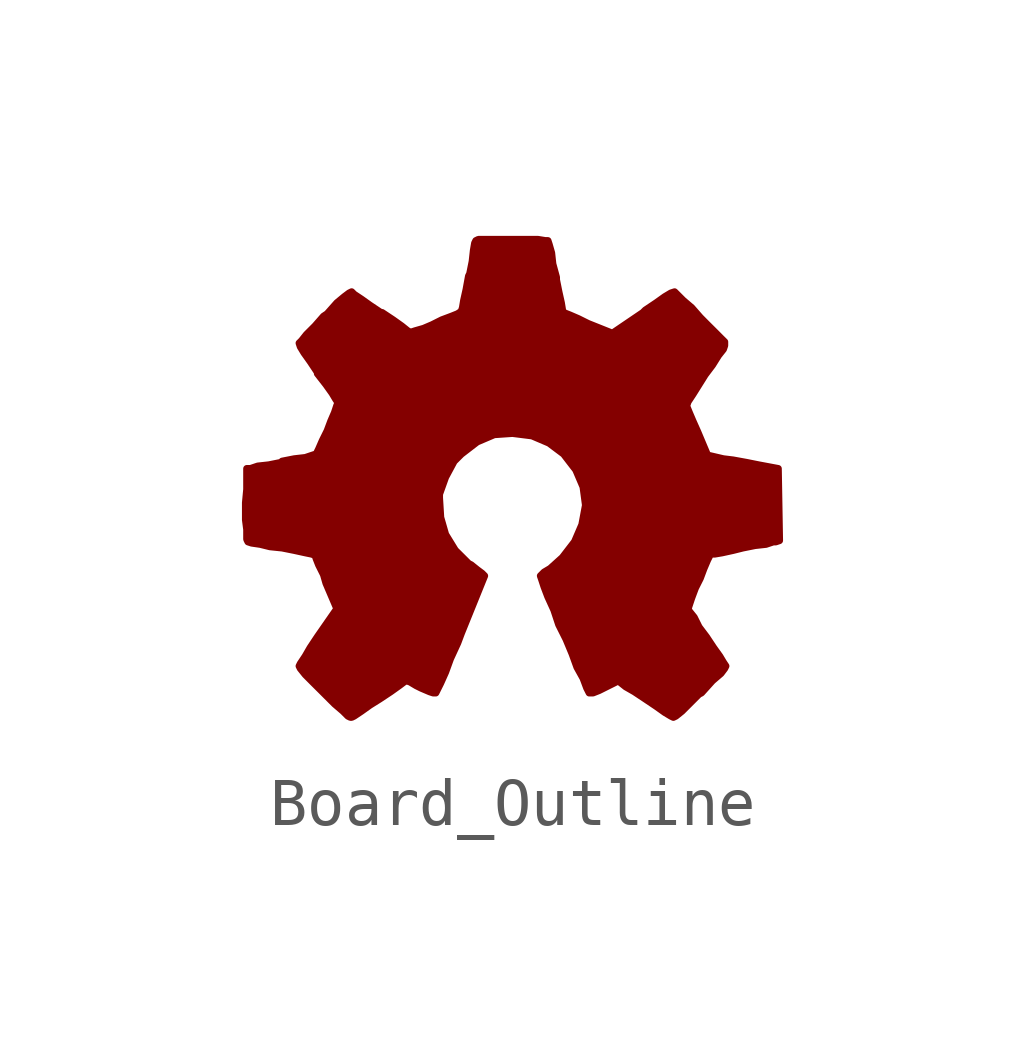
<source format=kicad_sym>
(kicad_symbol_lib
  (version 20231120)
  (generator "kicad_symbol_editor")
  (generator_version "8.0")
  (symbol "Board_Outline"
    (pin_numbers hide)
    (pin_names hide)
    (property "Reference" "OUTLINE"
      (at 0 6.985 0)
      (effects (font (size 1.27 1.27)) (hide yes)))
    (symbol "Board_Outline_0_1"
      (polyline (pts (xy 3.353 -4.343) (xy 3.302 -4.318) (xy 3.175 -4.242) (xy 2.997 -4.115) (xy 2.769 -3.962) (xy 2.54 -3.81) (xy 2.362 -3.708) (xy 2.235 -3.607) (xy 2.184 -3.581) (xy 2.159 -3.607) (xy 2.057 -3.658) (xy 1.905 -3.734) (xy 1.803 -3.785) (xy 1.676 -3.835) (xy 1.6 -3.835) (xy 1.6 -3.835) (xy 1.549 -3.734) (xy 1.473 -3.531) (xy 1.346 -3.302) (xy 1.245 -3.023) (xy 1.118 -2.718) (xy 0.965 -2.413) (xy 0.864 -2.108) (xy 0.737 -1.829) (xy 0.66 -1.626) (xy 0.61 -1.473) (xy 0.584 -1.397) (xy 0.584 -1.397) (xy 0.66 -1.321) (xy 0.787 -1.245) (xy 1.041 -1.016) (xy 1.295 -0.686) (xy 1.448 -0.33) (xy 1.524 0.076) (xy 1.473 0.457) (xy 1.321 0.813) (xy 1.067 1.143) (xy 0.762 1.372) (xy 0.406 1.524) (xy 0 1.575) (xy -0.381 1.549) (xy -0.737 1.397) (xy -1.067 1.143) (xy -1.219 0.991) (xy -1.397 0.66) (xy -1.524 0.305) (xy -1.524 0.229) (xy -1.499 -0.178) (xy -1.397 -0.533) (xy -1.194 -0.864) (xy -0.914 -1.143) (xy -0.864 -1.168) (xy -0.737 -1.27) (xy -0.635 -1.346) (xy -0.584 -1.397) (xy -1.067 -2.591) (xy -1.143 -2.794) (xy -1.295 -3.124) (xy -1.397 -3.404) (xy -1.499 -3.632) (xy -1.575 -3.785) (xy -1.6 -3.835) (xy -1.6 -3.835) (xy -1.651 -3.835) (xy -1.727 -3.81) (xy -1.905 -3.734) (xy -2.007 -3.683) (xy -2.134 -3.607) (xy -2.21 -3.581) (xy -2.261 -3.607) (xy -2.362 -3.683) (xy -2.54 -3.81) (xy -2.769 -3.962) (xy -2.972 -4.089) (xy -3.15 -4.216) (xy -3.302 -4.318) (xy -3.353 -4.343) (xy -3.378 -4.343) (xy -3.429 -4.318) (xy -3.531 -4.216) (xy -3.708 -4.064) (xy -3.937 -3.835) (xy -3.962 -3.81) (xy -4.166 -3.607) (xy -4.318 -3.454) (xy -4.42 -3.327) (xy -4.445 -3.277) (xy -4.445 -3.277) (xy -4.42 -3.226) (xy -4.318 -3.073) (xy -4.216 -2.896) (xy -4.064 -2.667) (xy -3.658 -2.083) (xy -3.886 -1.549) (xy -3.937 -1.372) (xy -4.039 -1.168) (xy -4.089 -1.041) (xy -4.115 -0.965) (xy -4.191 -0.94) (xy -4.318 -0.914) (xy -4.547 -0.864) (xy -4.801 -0.813) (xy -5.055 -0.787) (xy -5.258 -0.737) (xy -5.436 -0.711) (xy -5.512 -0.686) (xy -5.512 -0.686) (xy -5.537 -0.635) (xy -5.537 -0.559) (xy -5.537 -0.432) (xy -5.563 -0.229) (xy -5.563 0.076) (xy -5.563 0.127) (xy -5.537 0.406) (xy -5.537 0.635) (xy -5.537 0.762) (xy -5.537 0.838) (xy -5.537 0.838) (xy -5.461 0.838) (xy -5.309 0.889) (xy -5.08 0.914) (xy -4.826 0.965) (xy -4.801 0.991) (xy -4.547 1.041) (xy -4.318 1.067) (xy -4.166 1.118) (xy -4.089 1.143) (xy -4.089 1.143) (xy -4.039 1.245) (xy -3.962 1.422) (xy -3.861 1.626) (xy -3.785 1.829) (xy -3.708 2.007) (xy -3.658 2.159) (xy -3.632 2.21) (xy -3.632 2.21) (xy -3.683 2.286) (xy -3.759 2.413) (xy -3.886 2.591) (xy -4.064 2.819) (xy -4.064 2.845) (xy -4.216 3.073) (xy -4.343 3.251) (xy -4.42 3.378) (xy -4.445 3.454) (xy -4.445 3.454) (xy -4.394 3.505) (xy -4.293 3.632) (xy -4.115 3.81) (xy -3.937 4.013) (xy -3.861 4.064) (xy -3.658 4.293) (xy -3.505 4.42) (xy -3.404 4.496) (xy -3.353 4.521) (xy -3.353 4.521) (xy -3.302 4.47) (xy -3.15 4.369) (xy -2.972 4.242) (xy -2.743 4.089) (xy -2.718 4.089) (xy -2.489 3.937) (xy -2.311 3.81) (xy -2.184 3.708) (xy -2.134 3.683) (xy -2.108 3.683) (xy -2.032 3.708) (xy -1.854 3.759) (xy -1.676 3.835) (xy -1.473 3.937) (xy -1.27 4.013) (xy -1.143 4.064) (xy -1.067 4.115) (xy -1.067 4.115) (xy -1.041 4.191) (xy -1.016 4.343) (xy -0.965 4.572) (xy -0.914 4.851) (xy -0.889 4.902) (xy -0.838 5.156) (xy -0.813 5.385) (xy -0.787 5.537) (xy -0.762 5.588) (xy -0.711 5.613) (xy -0.584 5.613) (xy -0.406 5.613) (xy -0.152 5.613) (xy 0.076 5.613) (xy 0.33 5.613) (xy 0.533 5.613) (xy 0.686 5.588) (xy 0.737 5.588) (xy 0.737 5.588) (xy 0.762 5.512) (xy 0.813 5.334) (xy 0.838 5.105) (xy 0.914 4.826) (xy 0.914 4.775) (xy 0.965 4.521) (xy 1.016 4.293) (xy 1.041 4.14) (xy 1.067 4.089) (xy 1.067 4.089) (xy 1.194 4.039) (xy 1.372 3.962) (xy 1.575 3.861) (xy 2.083 3.658) (xy 2.718 4.089) (xy 2.769 4.14) (xy 2.997 4.293) (xy 3.175 4.42) (xy 3.302 4.496) (xy 3.378 4.521) (xy 3.378 4.521) (xy 3.429 4.47) (xy 3.556 4.343) (xy 3.734 4.191) (xy 3.912 3.988) (xy 4.064 3.835) (xy 4.242 3.658) (xy 4.343 3.556) (xy 4.42 3.48) (xy 4.42 3.429) (xy 4.42 3.404) (xy 4.394 3.327) (xy 4.293 3.2) (xy 4.166 2.997) (xy 4.013 2.794) (xy 3.886 2.591) (xy 3.759 2.388) (xy 3.658 2.235) (xy 3.632 2.159) (xy 3.632 2.134) (xy 3.683 2.007) (xy 3.759 1.829) (xy 3.861 1.6) (xy 4.064 1.118) (xy 4.394 1.041) (xy 4.597 1.016) (xy 4.877 0.965) (xy 5.131 0.914) (xy 5.537 0.838) (xy 5.563 -0.66) (xy 5.486 -0.686) (xy 5.436 -0.686) (xy 5.283 -0.737) (xy 5.055 -0.762) (xy 4.801 -0.813) (xy 4.597 -0.864) (xy 4.369 -0.914) (xy 4.216 -0.94) (xy 4.14 -0.94) (xy 4.115 -0.965) (xy 4.064 -1.067) (xy 3.988 -1.245) (xy 3.912 -1.448) (xy 3.81 -1.651) (xy 3.734 -1.854) (xy 3.683 -2.007) (xy 3.658 -2.083) (xy 3.683 -2.134) (xy 3.785 -2.261) (xy 3.886 -2.464) (xy 4.039 -2.667) (xy 4.191 -2.896) (xy 4.318 -3.073) (xy 4.394 -3.2) (xy 4.445 -3.277) (xy 4.42 -3.327) (xy 4.343 -3.429) (xy 4.166 -3.581) (xy 3.937 -3.835) (xy 3.886 -3.861) (xy 3.683 -4.064) (xy 3.531 -4.216) (xy 3.404 -4.318) (xy 3.353 -4.343)) (stroke (width 0) (type default)) (fill (type outline))))))
</source>
